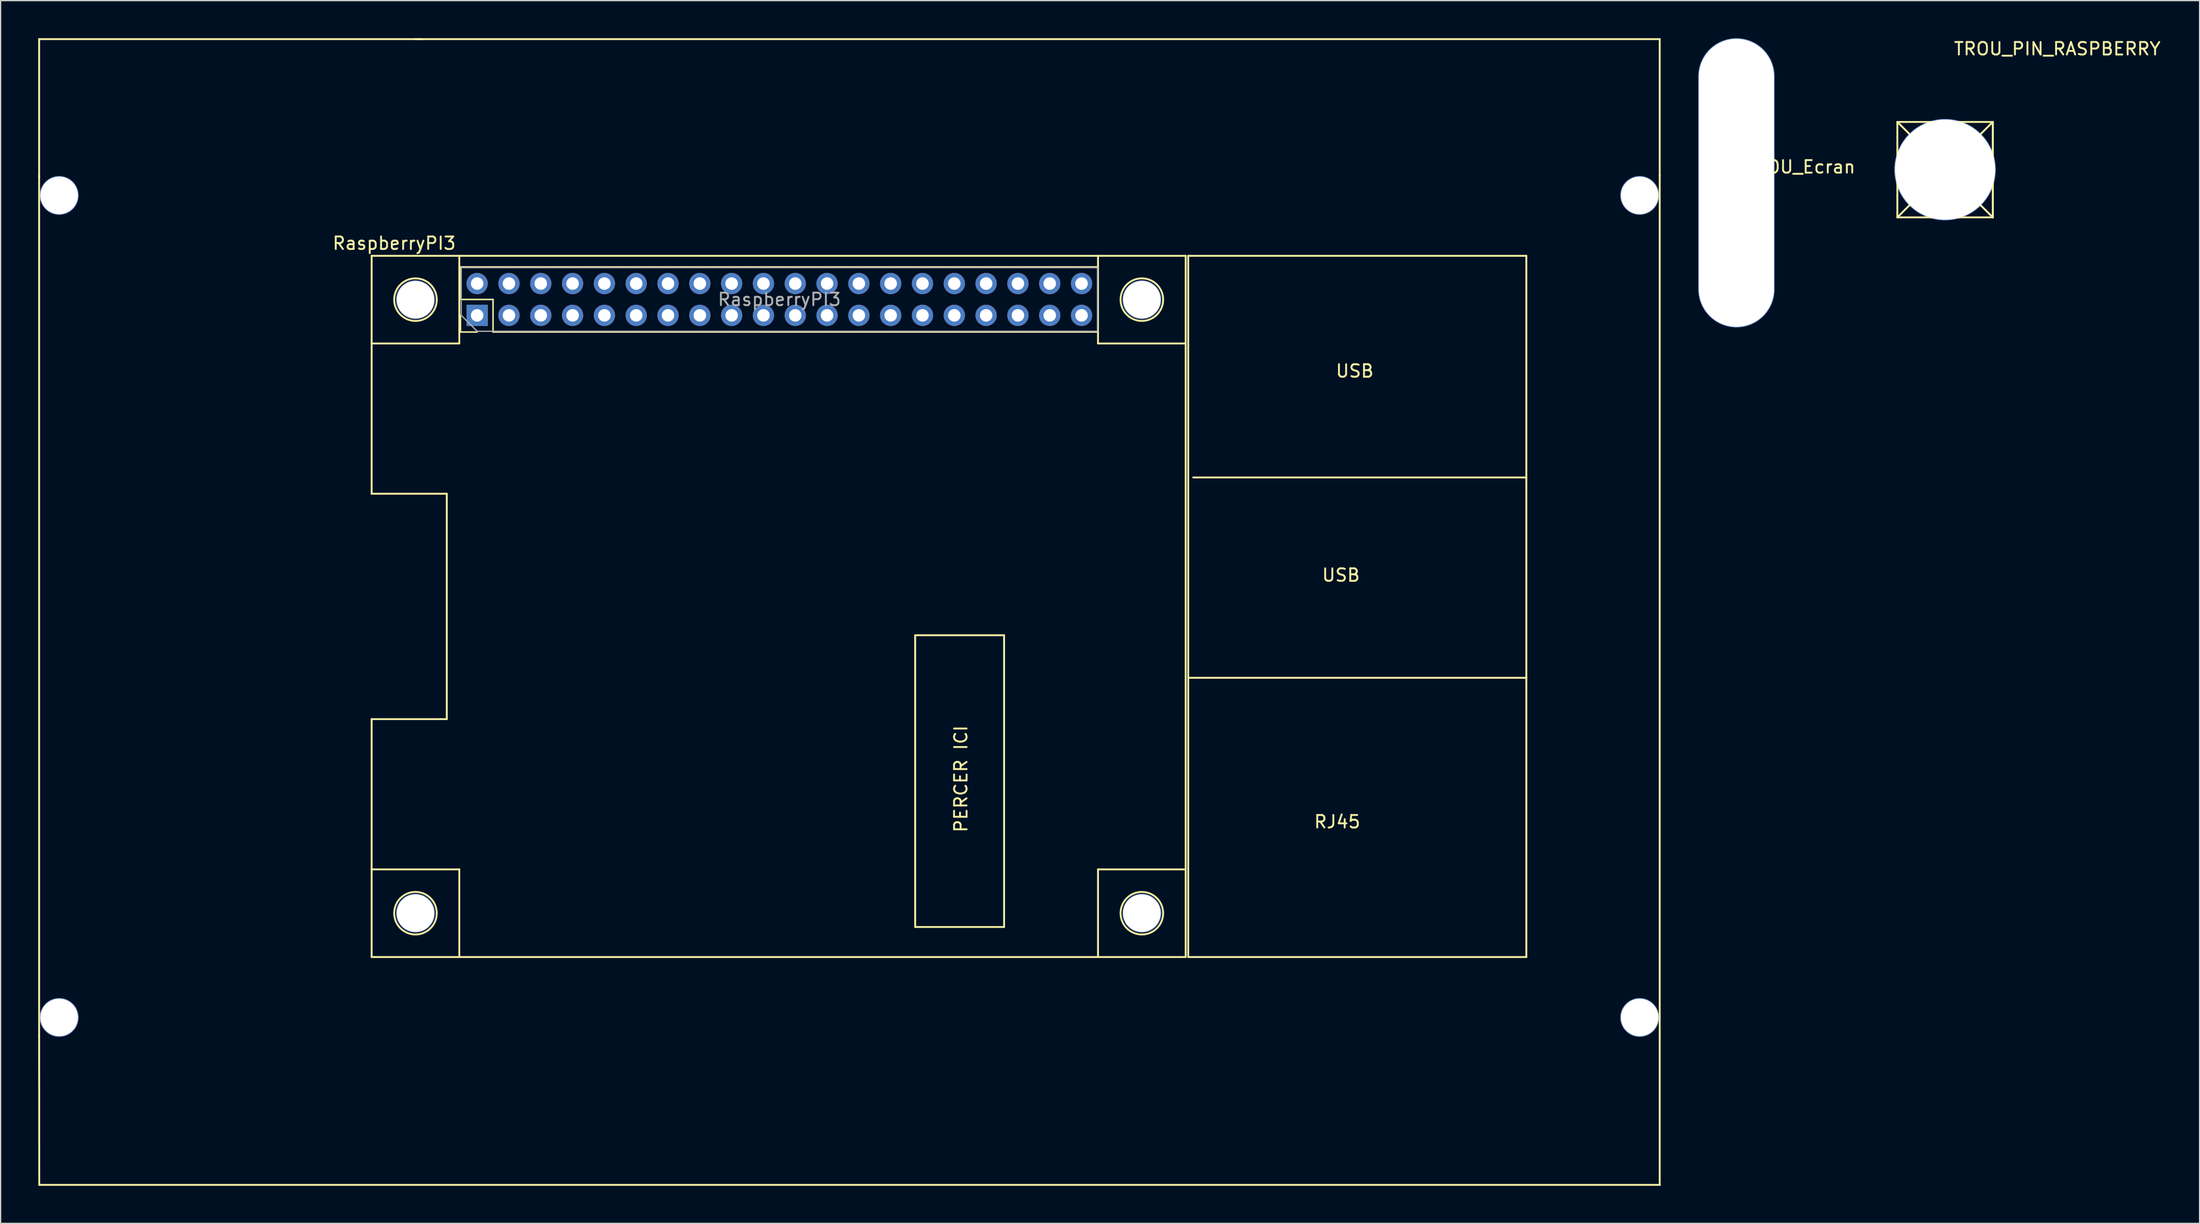
<source format=kicad_pcb>
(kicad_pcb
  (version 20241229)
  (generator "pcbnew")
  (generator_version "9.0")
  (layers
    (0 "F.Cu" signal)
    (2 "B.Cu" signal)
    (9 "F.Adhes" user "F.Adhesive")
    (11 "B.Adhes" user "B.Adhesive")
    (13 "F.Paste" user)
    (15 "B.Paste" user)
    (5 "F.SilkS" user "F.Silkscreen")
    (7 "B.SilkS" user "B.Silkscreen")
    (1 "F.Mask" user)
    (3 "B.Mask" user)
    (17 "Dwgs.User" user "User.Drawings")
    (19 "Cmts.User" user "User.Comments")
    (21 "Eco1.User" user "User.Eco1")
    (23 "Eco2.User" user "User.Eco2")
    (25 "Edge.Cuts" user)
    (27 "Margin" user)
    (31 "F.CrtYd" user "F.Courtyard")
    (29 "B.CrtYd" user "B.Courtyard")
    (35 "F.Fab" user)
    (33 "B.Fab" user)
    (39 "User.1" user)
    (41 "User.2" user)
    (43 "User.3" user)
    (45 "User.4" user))
  (footprint "TROU_PIN_RASPBERRY"
    (layer "F.Cu")
    (at 150.99 4.148)
    (property "Reference" "TROU_PIN_RASPBERRY" (at 10.23 -3.3 0) (layer "F.SilkS") (effects (font (size 1 1) (thickness 0.15))))
    (attr through_hole)
    (fp_line (start -2.54 2.54) (end -2.54 10.16) (stroke (width 0.15) (type solid)) (layer "F.SilkS"))
    (fp_line (start -2.54 2.54) (end 5.08 10.16) (stroke (width 0.15) (type solid)) (layer "F.SilkS"))
    (fp_line (start -2.54 10.16) (end 5.08 10.16) (stroke (width 0.15) (type solid)) (layer "F.SilkS"))
    (fp_line (start 5.08 2.54) (end -2.54 2.54) (stroke (width 0.15) (type solid)) (layer "F.SilkS"))
    (fp_line (start 5.08 2.54) (end -2.54 10.16) (stroke (width 0.15) (type solid)) (layer "F.SilkS"))
    (fp_line (start 5.08 10.16) (end 5.08 2.54) (stroke (width 0.15) (type solid)) (layer "F.SilkS"))
    (fp_line (start 5.08 10.16) (end 5.08 2.54) (stroke (width 0.15) (type solid)) (layer "F.SilkS"))
    (pad "3" thru_hole circle (at 1.27 6.35) (size 8.1 8.1) (drill 8) (layers "*.Cu" "*.Mask")))
  (footprint "TROU_Ecran"
    (layer "F.Cu")
    (at 135.6 11.55)
    (property "Reference" "TROU_Ecran" (at 5.08 -1.27 0) (layer "F.SilkS") (effects (font (size 1 1) (thickness 0.15))))
    (attr through_hole)
    (pad "2" thru_hole oval (at 0 0) (size 6.1 23.1) (drill oval 6 23) (layers "*.Cu" "*.Mask")))
  (footprint "RaspberryPI3"
    (layer "F.Cu")
    (at 1.675 12.555)
    (property "Reference" "RaspberryPI3" (at 26.75 3.825 180) (layer "F.SilkS") (effects (font (size 1 1) (thickness 0.15))))
    (attr through_hole)
    (fp_line (start -1.6 -12.48) (end 28.97 -12.48) (stroke (width 0.15) (type solid)) (layer "F.SilkS"))
    (fp_line (start -1.6 -1.45) (end -1.6 -12.48) (stroke (width 0.15) (type solid)) (layer "F.SilkS"))
    (fp_line (start -1.6 67.2) (end -1.6 -1.6) (stroke (width 0.15) (type solid)) (layer "F.SilkS"))
    (fp_line (start -1.59 79.02) (end -1.6 67.15) (stroke (width 0.15) (type solid)) (layer "F.SilkS"))
    (fp_line (start 24.95 4.825) (end 24.95 23.825) (stroke (width 0.15) (type solid)) (layer "F.SilkS"))
    (fp_line (start 24.95 4.825) (end 89.95 4.825) (stroke (width 0.15) (type solid)) (layer "F.SilkS"))
    (fp_line (start 24.95 11.825) (end 31.95 11.825) (stroke (width 0.15) (type solid)) (layer "F.SilkS"))
    (fp_line (start 24.95 23.825) (end 30.95 23.825) (stroke (width 0.15) (type solid)) (layer "F.SilkS"))
    (fp_line (start 24.95 41.825) (end 24.95 53.825) (stroke (width 0.15) (type solid)) (layer "F.SilkS"))
    (fp_line (start 24.95 41.825) (end 30.95 41.825) (stroke (width 0.15) (type solid)) (layer "F.SilkS"))
    (fp_line (start 24.95 60.825) (end 24.95 53.825) (stroke (width 0.15) (type solid)) (layer "F.SilkS"))
    (fp_line (start 28.35 8.325) (end 28.55 8.325) (stroke (width 0.15) (type solid)) (layer "F.SilkS"))
    (fp_line (start 28.45 -12.48) (end 28.97 -12.48) (stroke (width 0.15) (type solid)) (layer "F.SilkS"))
    (fp_line (start 28.45 8.425) (end 28.45 8.225) (stroke (width 0.15) (type solid)) (layer "F.SilkS"))
    (fp_line (start 28.91 -12.48) (end 127.8 -12.48) (stroke (width 0.15) (type solid)) (layer "F.SilkS"))
    (fp_line (start 30.95 23.825) (end 30.95 41.825) (stroke (width 0.15) (type solid)) (layer "F.SilkS"))
    (fp_line (start 31.95 11.825) (end 31.95 4.825) (stroke (width 0.15) (type solid)) (layer "F.SilkS"))
    (fp_line (start 31.95 53.825) (end 24.95 53.825) (stroke (width 0.15) (type solid)) (layer "F.SilkS"))
    (fp_line (start 31.95 60.825) (end 31.95 53.825) (stroke (width 0.15) (type solid)) (layer "F.SilkS"))
    (fp_line (start 32.045 5.71) (end 82.965 5.71) (stroke (width 0.12) (type solid)) (layer "F.SilkS"))
    (fp_line (start 32.045 8.31) (end 32.045 5.71) (stroke (width 0.12) (type solid)) (layer "F.SilkS"))
    (fp_line (start 32.045 10.91) (end 32.045 9.58) (stroke (width 0.12) (type solid)) (layer "F.SilkS"))
    (fp_line (start 33.375 10.91) (end 32.045 10.91) (stroke (width 0.12) (type solid)) (layer "F.SilkS"))
    (fp_line (start 34.645 8.31) (end 32.045 8.31) (stroke (width 0.12) (type solid)) (layer "F.SilkS"))
    (fp_line (start 34.645 10.91) (end 34.645 8.31) (stroke (width 0.12) (type solid)) (layer "F.SilkS"))
    (fp_line (start 34.645 10.91) (end 82.965 10.91) (stroke (width 0.12) (type solid)) (layer "F.SilkS"))
    (fp_line (start 68.35 35.125) (end 75.45 35.125) (stroke (width 0.15) (type solid)) (layer "F.SilkS"))
    (fp_line (start 68.35 58.425) (end 68.35 35.125) (stroke (width 0.15) (type solid)) (layer "F.SilkS"))
    (fp_line (start 75.45 35.125) (end 75.45 58.425) (stroke (width 0.15) (type solid)) (layer "F.SilkS"))
    (fp_line (start 75.45 58.425) (end 68.35 58.425) (stroke (width 0.15) (type solid)) (layer "F.SilkS"))
    (fp_line (start 82.95 4.825) (end 82.95 11.825) (stroke (width 0.15) (type solid)) (layer "F.SilkS"))
    (fp_line (start 82.95 11.825) (end 89.95 11.825) (stroke (width 0.15) (type solid)) (layer "F.SilkS"))
    (fp_line (start 82.95 53.825) (end 82.95 60.825) (stroke (width 0.15) (type solid)) (layer "F.SilkS"))
    (fp_line (start 82.965 10.91) (end 82.965 5.71) (stroke (width 0.12) (type solid)) (layer "F.SilkS"))
    (fp_line (start 86.35 8.325) (end 86.55 8.325) (stroke (width 0.15) (type solid)) (layer "F.SilkS"))
    (fp_line (start 86.45 8.225) (end 86.45 8.425) (stroke (width 0.15) (type solid)) (layer "F.SilkS"))
    (fp_line (start 89.95 4.825) (end 89.95 60.825) (stroke (width 0.15) (type solid)) (layer "F.SilkS"))
    (fp_line (start 89.95 53.825) (end 82.95 53.825) (stroke (width 0.15) (type solid)) (layer "F.SilkS"))
    (fp_line (start 89.95 60.825) (end 24.95 60.825) (stroke (width 0.15) (type solid)) (layer "F.SilkS"))
    (fp_line (start 90.15 4.825) (end 90.15 60.825) (stroke (width 0.15) (type solid)) (layer "F.SilkS"))
    (fp_line (start 90.15 38.525) (end 117.15 38.525) (stroke (width 0.15) (type solid)) (layer "F.SilkS"))
    (fp_line (start 90.15 60.825) (end 117.15 60.825) (stroke (width 0.15) (type solid)) (layer "F.SilkS"))
    (fp_line (start 90.55 22.525) (end 117.15 22.525) (stroke (width 0.15) (type solid)) (layer "F.SilkS"))
    (fp_line (start 117.15 4.825) (end 90.15 4.825) (stroke (width 0.15) (type solid)) (layer "F.SilkS"))
    (fp_line (start 117.15 60.825) (end 117.15 4.825) (stroke (width 0.15) (type solid)) (layer "F.SilkS"))
    (fp_line (start 127.8 -12.48) (end 127.8 -1.53) (stroke (width 0.15) (type solid)) (layer "F.SilkS"))
    (fp_line (start 127.8 -1.6) (end 127.8 67.3) (stroke (width 0.15) (type solid)) (layer "F.SilkS"))
    (fp_line (start 127.8 67.29) (end 127.8 79.02) (stroke (width 0.15) (type solid)) (layer "F.SilkS"))
    (fp_line (start 127.8 79.01) (end 127.8 79.02) (stroke (width 0.15) (type solid)) (layer "F.SilkS"))
    (fp_line (start 127.8 79.02) (end -1.59 79.02) (stroke (width 0.15) (type solid)) (layer "F.SilkS"))
    (fp_circle (center 28.45 8.325) (end 28.45 10.025) (stroke (width 0.15) (type solid)) (fill no) (layer "F.SilkS"))
    (fp_circle (center 28.45 57.325) (end 28.45 59.025) (stroke (width 0.15) (type solid)) (fill no) (layer "F.SilkS"))
    (fp_circle (center 86.45 8.325) (end 86.45 10.025) (stroke (width 0.15) (type solid)) (fill no) (layer "F.SilkS"))
    (fp_circle (center 86.45 57.325) (end 86.45 59.025) (stroke (width 0.15) (type solid)) (fill no) (layer "F.SilkS"))
    (fp_line (start 32.105 5.77) (end 82.905 5.77) (stroke (width 0.1) (type solid)) (layer "F.Fab"))
    (fp_line (start 32.105 9.58) (end 32.105 5.77) (stroke (width 0.1) (type solid)) (layer "F.Fab"))
    (fp_line (start 33.375 10.85) (end 32.105 9.58) (stroke (width 0.1) (type solid)) (layer "F.Fab"))
    (fp_line (start 82.905 5.77) (end 82.905 10.85) (stroke (width 0.1) (type solid)) (layer "F.Fab"))
    (fp_line (start 82.905 10.85) (end 33.375 10.85) (stroke (width 0.1) (type solid)) (layer "F.Fab"))
    (fp_text user "PERCER ICI" (at 72 46.6 270) (layer "F.SilkS") (effects (font (size 1 1) (thickness 0.15))))
    (fp_text user "USB" (at 103.45 14.025 0) (layer "F.SilkS") (effects (font (size 1 1) (thickness 0.15))))
    (fp_text user "USB" (at 102.35 30.325 0) (layer "F.SilkS") (effects (font (size 1 1) (thickness 0.15))))
    (fp_text user "RJ45" (at 102.05 50.025 0) (layer "F.SilkS") (effects (font (size 1 1) (thickness 0.15))))
    (fp_text user "${REFERENCE}" (at 57.505 8.31 180) (layer "F.Fab") (effects (font (size 1 1) (thickness 0.15))))
    (pad "1" thru_hole rect (at 33.375 9.58 90) (size 1.7 1.7) (drill 1) (layers "*.Cu" "*.Mask"))
    (pad "2" thru_hole oval (at 33.375 7.04 90) (size 1.7 1.7) (drill 1) (layers "*.Cu" "*.Mask"))
    (pad "3" thru_hole oval (at 35.915 9.58 90) (size 1.7 1.7) (drill 1) (layers "*.Cu" "*.Mask"))
    (pad "4" thru_hole oval (at 35.915 7.04 90) (size 1.7 1.7) (drill 1) (layers "*.Cu" "*.Mask"))
    (pad "5" thru_hole oval (at 38.455 9.58 90) (size 1.7 1.7) (drill 1) (layers "*.Cu" "*.Mask"))
    (pad "6" thru_hole oval (at 38.455 7.04 90) (size 1.7 1.7) (drill 1) (layers "*.Cu" "*.Mask"))
    (pad "7" thru_hole oval (at 40.995 9.58 90) (size 1.7 1.7) (drill 1) (layers "*.Cu" "*.Mask"))
    (pad "8" thru_hole oval (at 40.995 7.04 90) (size 1.7 1.7) (drill 1) (layers "*.Cu" "*.Mask"))
    (pad "9" thru_hole oval (at 43.535 9.58 90) (size 1.7 1.7) (drill 1) (layers "*.Cu" "*.Mask"))
    (pad "10" thru_hole oval (at 43.535 7.04 90) (size 1.7 1.7) (drill 1) (layers "*.Cu" "*.Mask"))
    (pad "11" thru_hole oval (at 46.075 9.58 90) (size 1.7 1.7) (drill 1) (layers "*.Cu" "*.Mask"))
    (pad "12" thru_hole oval (at 46.075 7.04 90) (size 1.7 1.7) (drill 1) (layers "*.Cu" "*.Mask"))
    (pad "13" thru_hole oval (at 48.615 9.58 90) (size 1.7 1.7) (drill 1) (layers "*.Cu" "*.Mask"))
    (pad "14" thru_hole oval (at 48.615 7.04 90) (size 1.7 1.7) (drill 1) (layers "*.Cu" "*.Mask"))
    (pad "15" thru_hole oval (at 51.155 9.58 90) (size 1.7 1.7) (drill 1) (layers "*.Cu" "*.Mask"))
    (pad "16" thru_hole oval (at 51.155 7.04 90) (size 1.7 1.7) (drill 1) (layers "*.Cu" "*.Mask"))
    (pad "17" thru_hole oval (at 53.695 9.58 90) (size 1.7 1.7) (drill 1) (layers "*.Cu" "*.Mask"))
    (pad "18" thru_hole oval (at 53.695 7.04 90) (size 1.7 1.7) (drill 1) (layers "*.Cu" "*.Mask"))
    (pad "19" thru_hole oval (at 56.235 9.58 90) (size 1.7 1.7) (drill 1) (layers "*.Cu" "*.Mask"))
    (pad "20" thru_hole oval (at 56.235 7.04 90) (size 1.7 1.7) (drill 1) (layers "*.Cu" "*.Mask"))
    (pad "21" thru_hole oval (at 58.775 9.58 90) (size 1.7 1.7) (drill 1) (layers "*.Cu" "*.Mask"))
    (pad "22" thru_hole oval (at 58.775 7.04 90) (size 1.7 1.7) (drill 1) (layers "*.Cu" "*.Mask"))
    (pad "23" thru_hole oval (at 61.315 9.58 90) (size 1.7 1.7) (drill 1) (layers "*.Cu" "*.Mask"))
    (pad "24" thru_hole oval (at 61.315 7.04 90) (size 1.7 1.7) (drill 1) (layers "*.Cu" "*.Mask"))
    (pad "25" thru_hole oval (at 63.855 9.58 90) (size 1.7 1.7) (drill 1) (layers "*.Cu" "*.Mask"))
    (pad "26" thru_hole oval (at 63.855 7.04 90) (size 1.7 1.7) (drill 1) (layers "*.Cu" "*.Mask"))
    (pad "27" thru_hole oval (at 66.395 9.58 90) (size 1.7 1.7) (drill 1) (layers "*.Cu" "*.Mask"))
    (pad "28" thru_hole oval (at 66.395 7.04 90) (size 1.7 1.7) (drill 1) (layers "*.Cu" "*.Mask"))
    (pad "29" thru_hole oval (at 68.935 9.58 90) (size 1.7 1.7) (drill 1) (layers "*.Cu" "*.Mask"))
    (pad "30" thru_hole oval (at 68.935 7.04 90) (size 1.7 1.7) (drill 1) (layers "*.Cu" "*.Mask"))
    (pad "31" thru_hole oval (at 71.475 9.58 90) (size 1.7 1.7) (drill 1) (layers "*.Cu" "*.Mask"))
    (pad "32" thru_hole oval (at 71.475 7.04 90) (size 1.7 1.7) (drill 1) (layers "*.Cu" "*.Mask"))
    (pad "33" thru_hole oval (at 74.015 9.58 90) (size 1.7 1.7) (drill 1) (layers "*.Cu" "*.Mask"))
    (pad "34" thru_hole oval (at 74.015 7.04 90) (size 1.7 1.7) (drill 1) (layers "*.Cu" "*.Mask"))
    (pad "35" thru_hole oval (at 76.555 9.58 90) (size 1.7 1.7) (drill 1) (layers "*.Cu" "*.Mask"))
    (pad "36" thru_hole oval (at 76.555 7.04 90) (size 1.7 1.7) (drill 1) (layers "*.Cu" "*.Mask"))
    (pad "37" thru_hole oval (at 79.095 9.58 90) (size 1.7 1.7) (drill 1) (layers "*.Cu" "*.Mask"))
    (pad "38" thru_hole oval (at 79.095 7.04 90) (size 1.7 1.7) (drill 1) (layers "*.Cu" "*.Mask"))
    (pad "39" thru_hole oval (at 81.635 9.58 90) (size 1.7 1.7) (drill 1) (layers "*.Cu" "*.Mask"))
    (pad "40" thru_hole oval (at 81.635 7.04 90) (size 1.7 1.7) (drill 1) (layers "*.Cu" "*.Mask"))
    (pad "41" thru_hole circle (at 0 0) (size 3.1 3.1) (drill 3) (layers "*.Cu" "*.Mask"))
    (pad "41" thru_hole circle (at 0 65.65) (size 3.1 3.1) (drill 3) (layers "*.Cu" "*.Mask"))
    (pad "41" thru_hole circle (at 28.45 8.33) (size 3.1 3.1) (drill 3) (layers "*.Cu" "*.Mask"))
    (pad "41" thru_hole circle (at 28.45 57.32) (size 3.1 3.1) (drill 3) (layers "*.Cu" "*.Mask"))
    (pad "41" thru_hole circle (at 86.45 8.33) (size 3.1 3.1) (drill 3) (layers "*.Cu" "*.Mask"))
    (pad "41" thru_hole circle (at 86.45 57.32) (size 3.1 3.1) (drill 3) (layers "*.Cu" "*.Mask"))
    (pad "41" thru_hole circle (at 126.2 0) (size 3.1 3.1) (drill 3) (layers "*.Cu" "*.Mask"))
    (pad "41" thru_hole circle (at 126.2 65.65) (size 3.1 3.1) (drill 3) (layers "*.Cu" "*.Mask")))
  (gr_rect
    (start -3 -3)
    (end 172.583 94.65)
    (stroke (width 0.1) (type default))
    (fill no)
    (layer "Edge.Cuts")))
</source>
